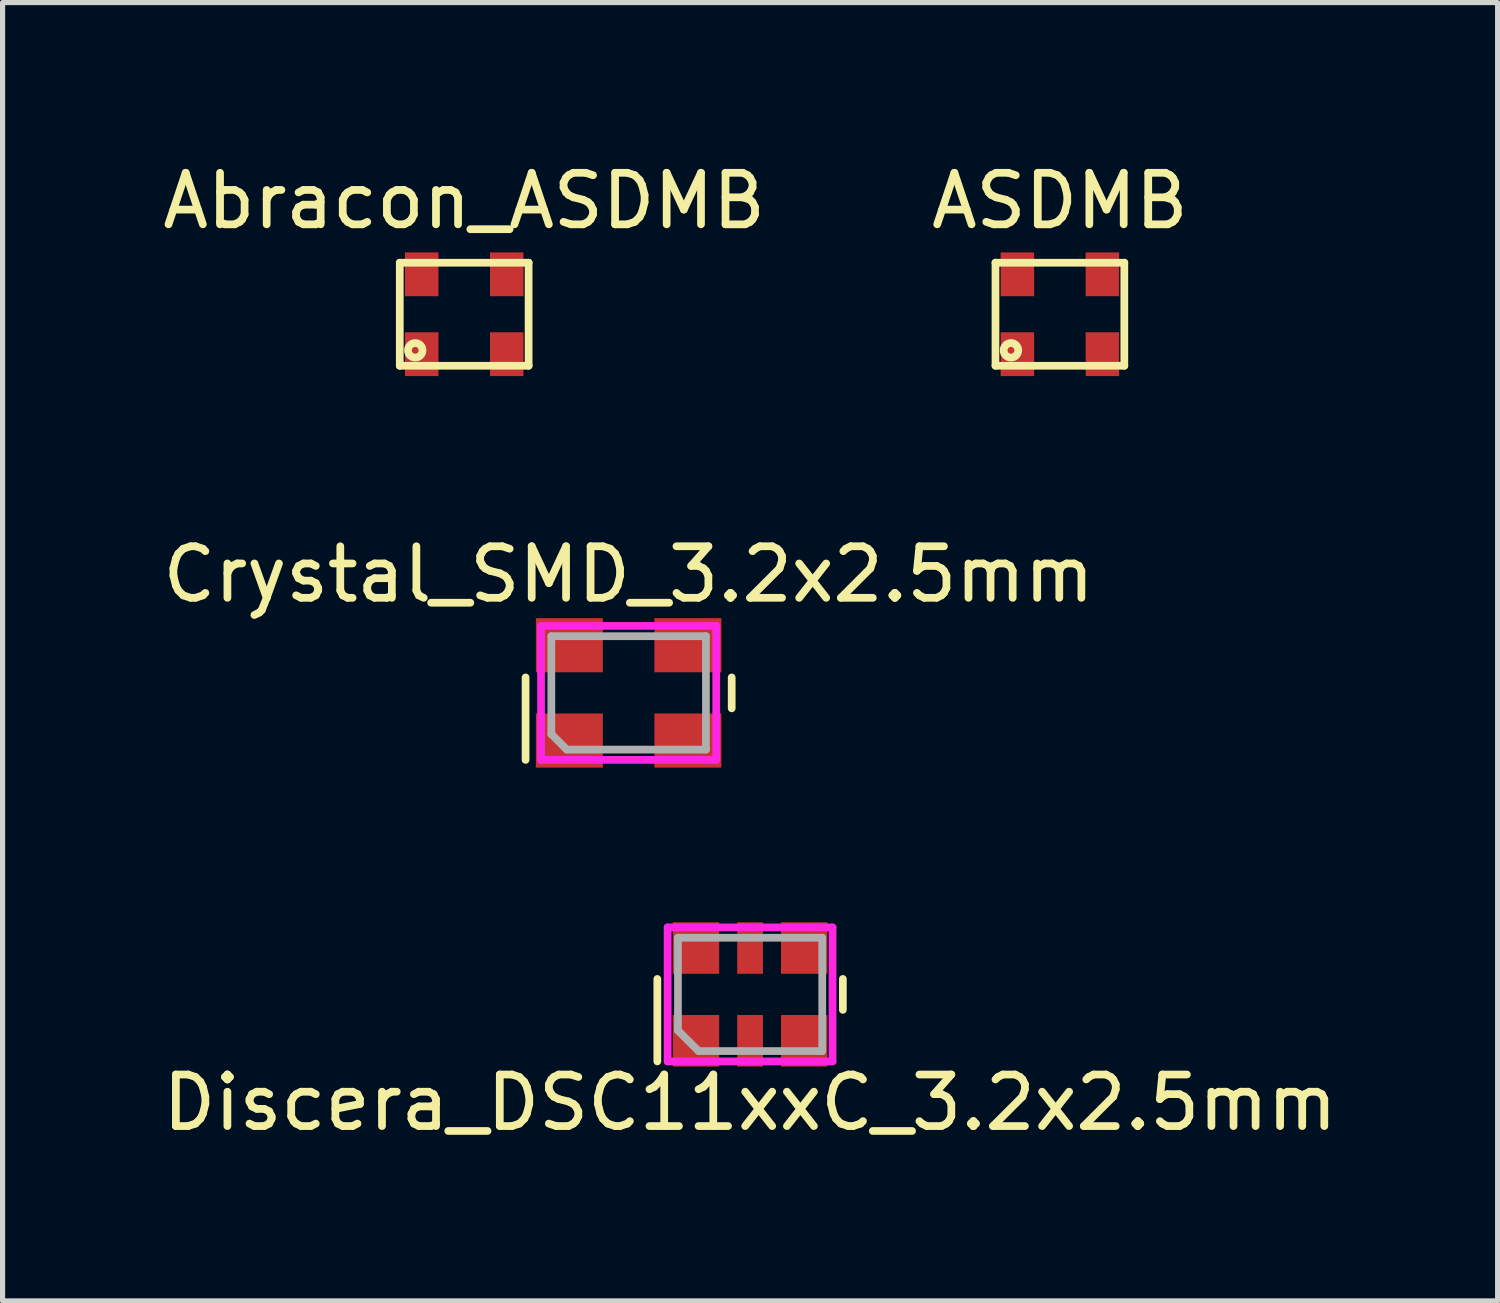
<source format=kicad_pcb>
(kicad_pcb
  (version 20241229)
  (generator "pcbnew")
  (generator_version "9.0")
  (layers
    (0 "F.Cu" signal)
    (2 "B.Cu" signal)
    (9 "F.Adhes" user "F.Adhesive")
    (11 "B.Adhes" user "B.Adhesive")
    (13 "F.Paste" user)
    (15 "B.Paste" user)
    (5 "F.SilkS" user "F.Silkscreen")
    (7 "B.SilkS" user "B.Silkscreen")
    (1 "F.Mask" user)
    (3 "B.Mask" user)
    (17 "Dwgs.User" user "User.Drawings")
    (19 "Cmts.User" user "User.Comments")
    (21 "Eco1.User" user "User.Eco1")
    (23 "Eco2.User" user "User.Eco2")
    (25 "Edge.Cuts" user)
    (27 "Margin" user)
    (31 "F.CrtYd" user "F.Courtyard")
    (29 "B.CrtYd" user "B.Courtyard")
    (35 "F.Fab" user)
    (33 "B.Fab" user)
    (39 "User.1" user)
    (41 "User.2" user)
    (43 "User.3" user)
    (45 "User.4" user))
  (footprint "ASDMB"
    (layer "F.Cu")
    (at 17.518 3.048)
    (property "Reference" "ASDMB" (at 0 -2.2 0) (layer "F.SilkS") (effects (font (size 1 1) (thickness 0.15))))
    (attr through_hole)
    (fp_line (start -1.25 -1) (end -1.25 1) (stroke (width 0.15) (type solid)) (layer "F.SilkS"))
    (fp_line (start -1.25 1) (end 1.25 1) (stroke (width 0.15) (type solid)) (layer "F.SilkS"))
    (fp_line (start 1.25 -1) (end -1.25 -1) (stroke (width 0.15) (type solid)) (layer "F.SilkS"))
    (fp_line (start 1.25 1) (end 1.25 -1) (stroke (width 0.15) (type solid)) (layer "F.SilkS"))
    (fp_circle (center -0.95 0.7) (end -1.05 0.8) (stroke (width 0.15) (type solid)) (fill no) (layer "F.SilkS"))
    (pad "1" smd rect (at -0.825 0.775) (size 0.65 0.85) (layers "F.Cu" "F.Mask" "F.Paste"))
    (pad "2" smd rect (at 0.825 0.775) (size 0.65 0.85) (layers "F.Cu" "F.Mask" "F.Paste"))
    (pad "3" smd rect (at 0.825 -0.775) (size 0.65 0.85) (layers "F.Cu" "F.Mask" "F.Paste"))
    (pad "4" smd rect (at -0.825 -0.775) (size 0.65 0.85) (layers "F.Cu" "F.Mask" "F.Paste")))
  (footprint "Discera_DSC11xxC_3.2x2.5mm"
    (layer "F.Cu")
    (at 11.506 16.247)
    (property "Reference" "Discera_DSC11xxC_3.2x2.5mm" (at 0 2.1 0) (layer "F.SilkS") (effects (font (size 1 1) (thickness 0.15))))
    (attr through_hole)
    (fp_line (start -1.8 -0.3) (end -1.8 1.3) (stroke (width 0.15) (type solid)) (layer "F.SilkS"))
    (fp_line (start 1.8 -0.3) (end 1.8 0.3) (stroke (width 0.15) (type solid)) (layer "F.SilkS"))
    (fp_line (start -1.6 -1.3) (end 1.6 -1.3) (stroke (width 0.15) (type solid)) (layer "F.CrtYd"))
    (fp_line (start -1.6 1.3) (end -1.6 -1.3) (stroke (width 0.15) (type solid)) (layer "F.CrtYd"))
    (fp_line (start 1.6 -1.3) (end 1.6 1.3) (stroke (width 0.15) (type solid)) (layer "F.CrtYd"))
    (fp_line (start 1.6 1.3) (end -1.6 1.3) (stroke (width 0.15) (type solid)) (layer "F.CrtYd"))
    (fp_line (start -1.4 -1.1) (end 1.4 -1.1) (stroke (width 0.15) (type solid)) (layer "F.Fab"))
    (fp_line (start -1.4 0.7) (end -1.4 -1.1) (stroke (width 0.15) (type solid)) (layer "F.Fab"))
    (fp_line (start -1.4 0.7) (end -1 1.1) (stroke (width 0.15) (type solid)) (layer "F.Fab"))
    (fp_line (start -1 1.1) (end 1.4 1.1) (stroke (width 0.15) (type solid)) (layer "F.Fab"))
    (fp_line (start 1.4 -1.1) (end 1.4 1.1) (stroke (width 0.15) (type solid)) (layer "F.Fab"))
    (pad "1" smd rect (at -1.05 0.9) (size 0.9 1) (layers "F.Cu" "F.Mask" "F.Paste"))
    (pad "2" smd rect (at 0 0.9) (size 0.5 1) (layers "F.Cu" "F.Mask" "F.Paste"))
    (pad "3" smd rect (at 1.05 0.9) (size 0.9 1) (layers "F.Cu" "F.Mask" "F.Paste"))
    (pad "4" smd rect (at 1.05 -0.9) (size 0.9 1) (layers "F.Cu" "F.Mask" "F.Paste"))
    (pad "5" smd rect (at 0 -0.9) (size 0.5 1) (layers "F.Cu" "F.Mask" "F.Paste"))
    (pad "6" smd rect (at -1.05 -0.9) (size 0.9 1) (layers "F.Cu" "F.Mask" "F.Paste")))
  (footprint "Crystal_SMD_3.2x2.5mm"
    (layer "F.Cu")
    (at 9.149 10.396)
    (property "Reference" "Crystal_SMD_3.2x2.5mm" (at 0 -2.3 0) (layer "F.SilkS") (effects (font (size 1 1) (thickness 0.15))))
    (attr through_hole)
    (fp_line (start -2 -0.3) (end -2 1.3) (stroke (width 0.15) (type solid)) (layer "F.SilkS"))
    (fp_line (start 2 -0.3) (end 2 0.3) (stroke (width 0.15) (type solid)) (layer "F.SilkS"))
    (fp_line (start -1.7 -1.3) (end 1.7 -1.3) (stroke (width 0.15) (type solid)) (layer "F.CrtYd"))
    (fp_line (start -1.7 1.3) (end -1.7 -1.3) (stroke (width 0.15) (type solid)) (layer "F.CrtYd"))
    (fp_line (start 1.7 -1.3) (end 1.7 1.3) (stroke (width 0.15) (type solid)) (layer "F.CrtYd"))
    (fp_line (start 1.7 1.3) (end -1.7 1.3) (stroke (width 0.15) (type solid)) (layer "F.CrtYd"))
    (fp_line (start -1.5 -1.1) (end 1.5 -1.1) (stroke (width 0.15) (type solid)) (layer "F.Fab"))
    (fp_line (start -1.5 0.8) (end -1.5 -1.1) (stroke (width 0.15) (type solid)) (layer "F.Fab"))
    (fp_line (start -1.2 1.1) (end -1.5 0.8) (stroke (width 0.15) (type solid)) (layer "F.Fab"))
    (fp_line (start 1.5 -1.1) (end 1.5 1.1) (stroke (width 0.15) (type solid)) (layer "F.Fab"))
    (fp_line (start 1.5 1.1) (end -1.2 1.1) (stroke (width 0.15) (type solid)) (layer "F.Fab"))
    (pad "1" smd rect (at -1.15 0.925) (size 1.3 1.05) (layers "F.Cu" "F.Mask" "F.Paste"))
    (pad "2" smd rect (at 1.15 0.925) (size 1.3 1.05) (layers "F.Cu" "F.Mask" "F.Paste"))
    (pad "3" smd rect (at 1.15 -0.925) (size 1.3 1.05) (layers "F.Cu" "F.Mask" "F.Paste"))
    (pad "4" smd rect (at -1.15 -0.925) (size 1.3 1.05) (layers "F.Cu" "F.Mask" "F.Paste")))
  (footprint "Abracon_ASDMB"
    (layer "F.Cu")
    (at 5.958 3.048)
    (property "Reference" "Abracon_ASDMB" (at 0 -2.2 0) (layer "F.SilkS") (effects (font (size 1 1) (thickness 0.15))))
    (attr through_hole)
    (fp_line (start -1.25 -1) (end -1.25 1) (stroke (width 0.15) (type solid)) (layer "F.SilkS"))
    (fp_line (start -1.25 1) (end 1.25 1) (stroke (width 0.15) (type solid)) (layer "F.SilkS"))
    (fp_line (start 1.25 -1) (end -1.25 -1) (stroke (width 0.15) (type solid)) (layer "F.SilkS"))
    (fp_line (start 1.25 1) (end 1.25 -1) (stroke (width 0.15) (type solid)) (layer "F.SilkS"))
    (fp_circle (center -0.95 0.7) (end -1.05 0.8) (stroke (width 0.15) (type solid)) (fill no) (layer "F.SilkS"))
    (pad "1" smd rect (at -0.825 0.775) (size 0.65 0.85) (layers "F.Cu" "F.Mask" "F.Paste"))
    (pad "2" smd rect (at 0.825 0.775) (size 0.65 0.85) (layers "F.Cu" "F.Mask" "F.Paste"))
    (pad "3" smd rect (at 0.825 -0.775) (size 0.65 0.85) (layers "F.Cu" "F.Mask" "F.Paste"))
    (pad "4" smd rect (at -0.825 -0.775) (size 0.65 0.85) (layers "F.Cu" "F.Mask" "F.Paste")))
  (gr_rect
    (start -3 -3)
    (end 26.012 22.195)
    (stroke (width 0.1) (type default))
    (fill no)
    (layer "Edge.Cuts")))
</source>
